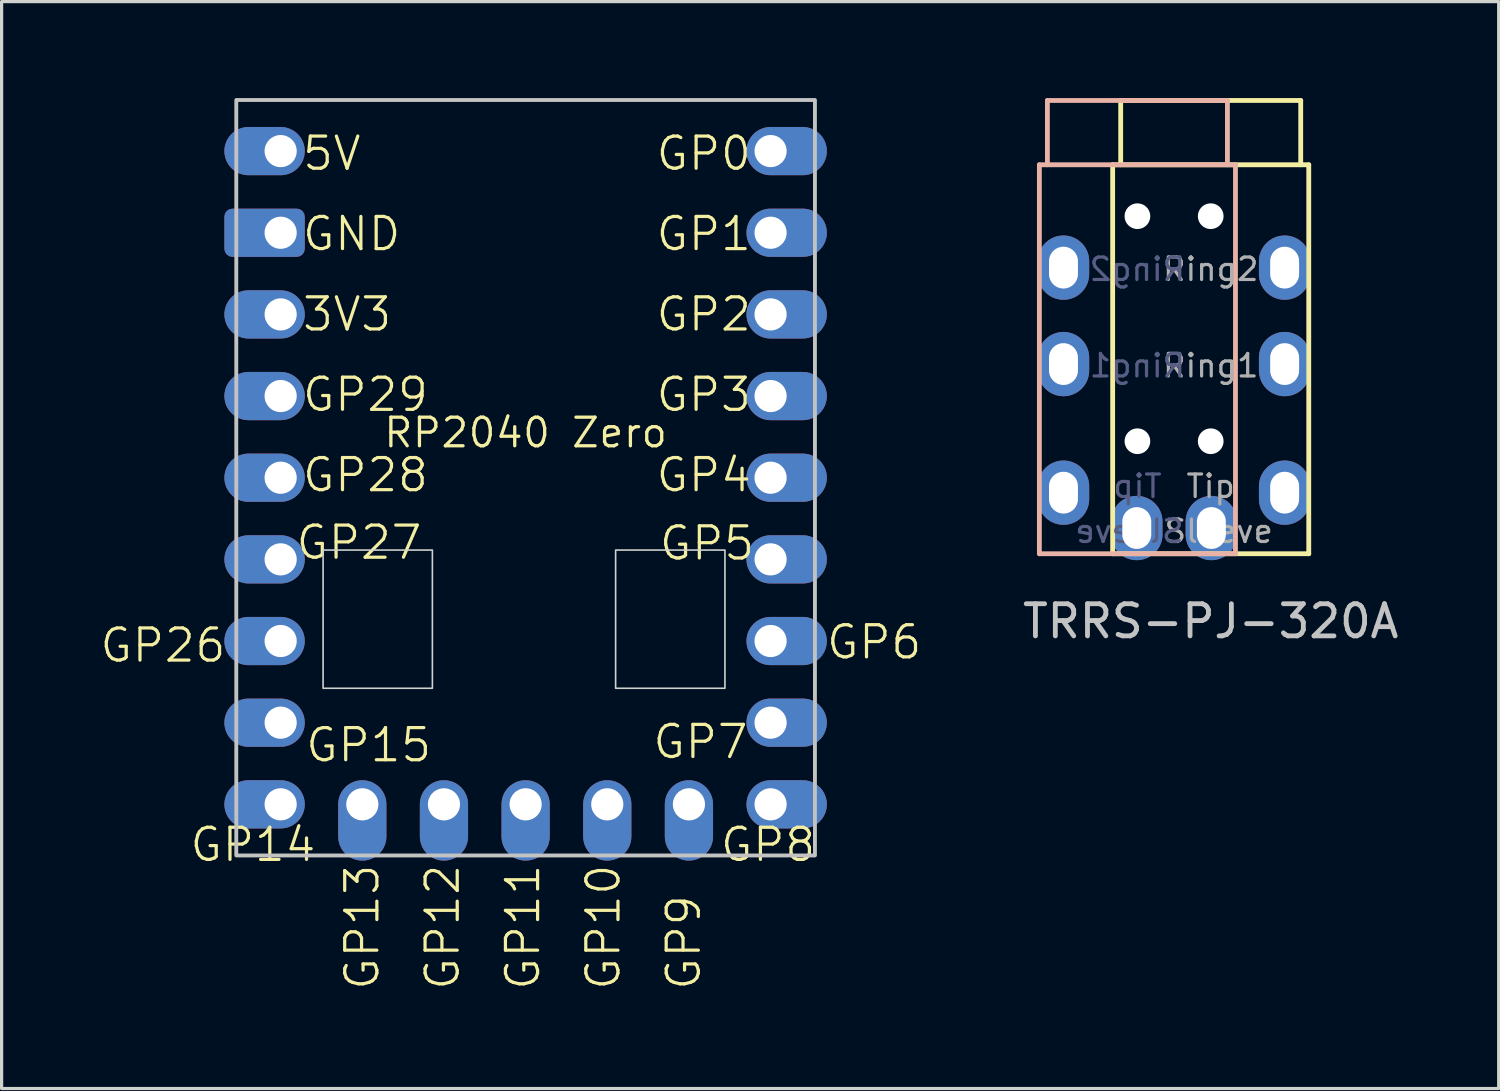
<source format=kicad_pcb>
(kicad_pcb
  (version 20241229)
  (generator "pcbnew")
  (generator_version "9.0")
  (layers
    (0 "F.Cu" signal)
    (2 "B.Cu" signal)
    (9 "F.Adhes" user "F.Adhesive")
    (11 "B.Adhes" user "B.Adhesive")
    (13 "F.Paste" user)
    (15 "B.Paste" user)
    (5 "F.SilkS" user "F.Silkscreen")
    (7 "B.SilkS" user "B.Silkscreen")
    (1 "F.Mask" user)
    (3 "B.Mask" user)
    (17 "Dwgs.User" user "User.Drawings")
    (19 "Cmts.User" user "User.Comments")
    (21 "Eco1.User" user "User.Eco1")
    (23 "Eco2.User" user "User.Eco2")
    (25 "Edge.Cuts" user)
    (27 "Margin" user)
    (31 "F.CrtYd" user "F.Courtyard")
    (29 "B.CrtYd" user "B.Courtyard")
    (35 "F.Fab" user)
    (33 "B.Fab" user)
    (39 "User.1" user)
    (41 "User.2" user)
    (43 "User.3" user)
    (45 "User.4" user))
  (footprint "TRRS-PJ-320A"
    (layer "F.Cu")
    (at 34.611 2.075)
    (property "Reference" "TRRS-PJ-320A" (at 0 14.2 0) (layer "Dwgs.User") (effects (font (size 1 1) (thickness 0.15))))
    (attr through_hole)
    (fp_line (start -3.05 0) (end -3.05 12.1) (stroke (width 0.15) (type solid)) (layer "F.SilkS"))
    (fp_line (start -2.8 0) (end -2.8 -2) (stroke (width 0.15) (type solid)) (layer "F.SilkS"))
    (fp_line (start 2.8 -2) (end -2.8 -2) (stroke (width 0.15) (type solid)) (layer "F.SilkS"))
    (fp_line (start 2.8 0) (end 2.8 -2) (stroke (width 0.15) (type solid)) (layer "F.SilkS"))
    (fp_line (start 3.05 0) (end -3.05 0) (stroke (width 0.15) (type solid)) (layer "F.SilkS"))
    (fp_line (start 3.05 0) (end 3.05 12.1) (stroke (width 0.15) (type solid)) (layer "F.SilkS"))
    (fp_line (start 3.05 12.1) (end -3.05 12.1) (stroke (width 0.15) (type solid)) (layer "F.SilkS"))
    (fp_line (start -5.33 0) (end -5.33 12.1) (stroke (width 0.15) (type solid)) (layer "B.SilkS"))
    (fp_line (start -5.33 0) (end 0.77 0) (stroke (width 0.15) (type solid)) (layer "B.SilkS"))
    (fp_line (start -5.33 12.1) (end 0.77 12.1) (stroke (width 0.15) (type solid)) (layer "B.SilkS"))
    (fp_line (start -5.08 -2) (end 0.52 -2) (stroke (width 0.15) (type solid)) (layer "B.SilkS"))
    (fp_line (start -5.08 0) (end -5.08 -2) (stroke (width 0.15) (type solid)) (layer "B.SilkS"))
    (fp_line (start 0.52 0) (end 0.52 -2) (stroke (width 0.15) (type solid)) (layer "B.SilkS"))
    (fp_line (start 0.77 0) (end 0.77 12.1) (stroke (width 0.15) (type solid)) (layer "B.SilkS"))
    (fp_text user "Tip" (at -2.28 10 0) (layer "B.Fab") (effects (font (size 0.7 0.7) (thickness 0.1)) (justify mirror)))
    (fp_text user "Ring1" (at -2.28 6.25 0) (layer "B.Fab") (effects (font (size 0.7 0.7) (thickness 0.1)) (justify mirror)))
    (fp_text user "Sleeve" (at -2.53 11.4 0) (layer "B.Fab") (effects (font (size 0.7 0.7) (thickness 0.1)) (justify mirror)))
    (fp_text user "Ring2" (at -2.28 3.25 0) (layer "B.Fab") (effects (font (size 0.7 0.7) (thickness 0.1)) (justify mirror)))
    (fp_text user "Ring2" (at 0 3.25 0) (layer "F.Fab") (effects (font (size 0.7 0.7) (thickness 0.1))))
    (fp_text user "Sleeve" (at 0.25 11.4 0) (layer "F.Fab") (effects (font (size 0.7 0.7) (thickness 0.1))))
    (fp_text user "Tip" (at 0 10 0) (layer "F.Fab") (effects (font (size 0.7 0.7) (thickness 0.1))))
    (fp_text user "Ring1" (at 0 6.25 0) (layer "F.Fab") (effects (font (size 0.7 0.7) (thickness 0.1))))
    (pad "" np_thru_hole circle (at -2.28 1.6) (size 0.8 0.8) (drill 0.8) (layers "*.Cu" "*.Mask"))
    (pad "" np_thru_hole circle (at -2.28 8.6) (size 0.8 0.8) (drill 0.8) (layers "*.Cu" "*.Mask"))
    (pad "" np_thru_hole circle (at 0 1.6) (size 0.8 0.8) (drill 0.8) (layers "*.Cu" "*.Mask"))
    (pad "" np_thru_hole circle (at 0 8.6) (size 0.8 0.8) (drill 0.8) (layers "*.Cu" "*.Mask"))
    (pad "R1" thru_hole oval (at -4.58 6.2) (size 1.6 2) (drill oval 0.9 1.3) (layers "*.Cu" "*.Mask"))
    (pad "R1" thru_hole oval (at 2.3 3.2) (size 1.6 2) (drill oval 0.9 1.3) (layers "*.Cu" "*.Mask"))
    (pad "R2" thru_hole oval (at -4.58 3.2) (size 1.6 2) (drill oval 0.9 1.3) (layers "*.Cu" "*.Mask"))
    (pad "R2" thru_hole oval (at 2.3 6.2) (size 1.6 2) (drill oval 0.9 1.3) (layers "*.Cu" "*.Mask"))
    (pad "S" thru_hole oval (at -2.3 11.3) (size 1.6 2) (drill oval 0.9 1.3) (layers "*.Cu" "*.Mask"))
    (pad "S" thru_hole oval (at 0.02 11.3) (size 1.6 2) (drill oval 0.9 1.3) (layers "*.Cu" "*.Mask"))
    (pad "T" thru_hole oval (at -4.58 10.2) (size 1.6 2) (drill oval 0.9 1.3) (layers "*.Cu" "*.Mask"))
    (pad "T" thru_hole oval (at 2.3 10.2) (size 1.6 2) (drill oval 0.9 1.3) (layers "*.Cu" "*.Mask")))
  (footprint "RP2040 Zero"
    (layer "F.Cu")
    (at 13.3 11.81)
    (property "Reference" "RP2040 Zero" (at 0 -1.4 0) (layer "F.SilkS") (effects (font (size 0.889 0.889) (thickness 0.102))))
    (attr through_hole exclude_from_pos_files)
    (fp_rect (start -9 -11.75) (end 9 11.75) (stroke (width 0.12) (type solid)) (fill no) (layer "Dwgs.User"))
    (fp_rect (start -6.3 2.25) (end -2.9 6.55) (stroke (width 0.05) (type default)) (fill no) (layer "Edge.Cuts"))
    (fp_rect (start 2.8 2.25) (end 6.2 6.55) (stroke (width 0.05) (type default)) (fill no) (layer "Edge.Cuts"))
    (fp_text user "GP6" (at 9.3 5.7 0) (unlocked yes) (layer "F.SilkS") (effects (font (size 1 1) (thickness 0.1)) (justify left bottom)))
    (fp_text user "GP28" (at -7 0.5 0) (unlocked yes) (layer "F.SilkS") (effects (font (size 1 1) (thickness 0.1)) (justify left bottom)))
    (fp_text user "GP3" (at 4 -2 0) (unlocked yes) (layer "F.SilkS") (effects (font (size 1 1) (thickness 0.1)) (justify left bottom)))
    (fp_text user "GP12" (at -2 16 90) (unlocked yes) (layer "F.SilkS") (effects (font (size 1 1) (thickness 0.1)) (justify left bottom)))
    (fp_text user "3V3" (at -7 -4.5 0) (unlocked yes) (layer "F.SilkS") (effects (font (size 1 1) (thickness 0.1)) (justify left bottom)))
    (fp_text user "GND" (at -7 -7 0) (unlocked yes) (layer "F.SilkS") (effects (font (size 1 1) (thickness 0.1)) (justify left bottom)))
    (fp_text user "GP8" (at 6 12 0) (unlocked yes) (layer "F.SilkS") (effects (font (size 1 1) (thickness 0.1)) (justify left bottom)))
    (fp_text user "GP5" (at 4.1 2.624 0) (unlocked yes) (layer "F.SilkS") (effects (font (size 1 1) (thickness 0.1)) (justify left bottom)))
    (fp_text user "GP1" (at 4 -7 0) (unlocked yes) (layer "F.SilkS") (effects (font (size 1 1) (thickness 0.1)) (justify left bottom)))
    (fp_text user "GP26" (at -13.3 5.8 0) (unlocked yes) (layer "F.SilkS") (effects (font (size 1 1) (thickness 0.1)) (justify left bottom)))
    (fp_text user "GP0" (at 4 -9.5 0) (unlocked yes) (layer "F.SilkS") (effects (font (size 1 1) (thickness 0.1)) (justify left bottom)))
    (fp_text user "GP15" (at -6.9 8.9 0) (unlocked yes) (layer "F.SilkS") (effects (font (size 1 1) (thickness 0.1)) (justify left bottom)))
    (fp_text user "GP10" (at 3 16 90) (unlocked yes) (layer "F.SilkS") (effects (font (size 1 1) (thickness 0.1)) (justify left bottom)))
    (fp_text user "5V" (at -7 -9.5 0) (unlocked yes) (layer "F.SilkS") (effects (font (size 1 1) (thickness 0.1)) (justify left bottom)))
    (fp_text user "GP29" (at -7 -2 0) (unlocked yes) (layer "F.SilkS") (effects (font (size 1 1) (thickness 0.1)) (justify left bottom)))
    (fp_text user "GP14" (at -10.5 12 0) (unlocked yes) (layer "F.SilkS") (effects (font (size 1 1) (thickness 0.1)) (justify left bottom)))
    (fp_text user "GP11" (at 0.5 16 90) (unlocked yes) (layer "F.SilkS") (effects (font (size 1 1) (thickness 0.1)) (justify left bottom)))
    (fp_text user "GP2" (at 4 -4.5 0) (unlocked yes) (layer "F.SilkS") (effects (font (size 1 1) (thickness 0.1)) (justify left bottom)))
    (fp_text user "GP27" (at -7.2 2.6 0) (unlocked yes) (layer "F.SilkS") (effects (font (size 1 1) (thickness 0.1)) (justify left bottom)))
    (fp_text user "GP4" (at 4 0.5 0) (unlocked yes) (layer "F.SilkS") (effects (font (size 1 1) (thickness 0.1)) (justify left bottom)))
    (fp_text user "GP13" (at -4.5 16 90) (unlocked yes) (layer "F.SilkS") (effects (font (size 1 1) (thickness 0.1)) (justify left bottom)))
    (fp_text user "GP7" (at 3.9 8.8 0) (unlocked yes) (layer "F.SilkS") (effects (font (size 1 1) (thickness 0.1)) (justify left bottom)))
    (fp_text user "GP9" (at 5.5 16 90) (unlocked yes) (layer "F.SilkS") (effects (font (size 1 1) (thickness 0.1)) (justify left bottom)))
    (pad "1" thru_hole oval (at 7.62 -10.16 180) (size 2.5 1.5) (drill 1 (offset -0.5 0)) (layers "*.Cu" "*.Mask"))
    (pad "2" thru_hole oval (at 7.62 -7.62 180) (size 2.5 1.5) (drill 1 (offset -0.5 0)) (layers "*.Cu" "*.Mask"))
    (pad "3" thru_hole oval (at 7.62 -5.08 180) (size 2.5 1.5) (drill 1 (offset -0.5 0)) (layers "*.Cu" "*.Mask"))
    (pad "4" thru_hole oval (at 7.62 -2.54 180) (size 2.5 1.5) (drill 1 (offset -0.5 0)) (layers "*.Cu" "*.Mask"))
    (pad "5" thru_hole oval (at 7.62 0 180) (size 2.5 1.5) (drill 1 (offset -0.5 0)) (layers "*.Cu" "*.Mask"))
    (pad "6" thru_hole oval (at 7.62 2.54 180) (size 2.5 1.5) (drill 1 (offset -0.5 0)) (layers "*.Cu" "*.Mask"))
    (pad "7" thru_hole oval (at 7.62 5.08 180) (size 2.5 1.5) (drill 1 (offset -0.5 0)) (layers "*.Cu" "*.Mask"))
    (pad "8" thru_hole oval (at 7.62 7.62 180) (size 2.5 1.5) (drill 1 (offset -0.5 0)) (layers "*.Cu" "*.Mask"))
    (pad "9" thru_hole oval (at 7.62 10.16 180) (size 2.5 1.5) (drill 1 (offset -0.5 0)) (layers "*.Cu" "*.Mask"))
    (pad "10" thru_hole oval (at 5.08 10.16 90) (size 2.5 1.5) (drill 1 (offset -0.5 0)) (layers "*.Cu" "*.Mask"))
    (pad "11" thru_hole oval (at 2.54 10.16 90) (size 2.5 1.5) (drill 1 (offset -0.5 0)) (layers "*.Cu" "*.Mask"))
    (pad "12" thru_hole oval (at 0 10.16 90) (size 2.5 1.5) (drill 1 (offset -0.5 0)) (layers "*.Cu" "*.Mask"))
    (pad "13" thru_hole oval (at -2.54 10.16 90) (size 2.5 1.5) (drill 1 (offset -0.5 0)) (layers "*.Cu" "*.Mask"))
    (pad "14" thru_hole oval (at -5.08 10.16 90) (size 2.5 1.5) (drill 1 (offset -0.5 0)) (layers "*.Cu" "*.Mask"))
    (pad "15" thru_hole oval (at -7.62 10.16) (size 2.5 1.5) (drill 1 (offset -0.5 0)) (layers "*.Cu" "*.Mask"))
    (pad "16" thru_hole oval (at -7.62 7.62) (size 2.5 1.5) (drill 1 (offset -0.5 0)) (layers "*.Cu" "*.Mask"))
    (pad "17" thru_hole oval (at -7.62 5.08) (size 2.5 1.5) (drill 1 (offset -0.5 0)) (layers "*.Cu" "*.Mask"))
    (pad "18" thru_hole oval (at -7.62 2.54) (size 2.5 1.5) (drill 1 (offset -0.5 0)) (layers "*.Cu" "*.Mask"))
    (pad "19" thru_hole oval (at -7.62 0) (size 2.5 1.5) (drill 1 (offset -0.5 0)) (layers "*.Cu" "*.Mask"))
    (pad "20" thru_hole oval (at -7.62 -2.54) (size 2.5 1.5) (drill 1 (offset -0.5 0)) (layers "*.Cu" "*.Mask"))
    (pad "21" thru_hole oval (at -7.62 -5.08) (size 2.5 1.5) (drill 1 (offset -0.5 0)) (layers "*.Cu" "*.Mask"))
    (pad "22" thru_hole roundrect (at -7.62 -7.62) (size 2.5 1.5) (drill 1 (offset -0.5 0)) (layers "*.Cu" "*.Mask") (roundrect_rratio 0.167))
    (pad "23" thru_hole oval (at -7.62 -10.16) (size 2.5 1.5) (drill 1 (offset -0.5 0)) (layers "*.Cu" "*.Mask")))
  (gr_rect
    (start -3 -3)
    (end 43.569 30.81)
    (stroke (width 0.1) (type default))
    (fill no)
    (layer "Edge.Cuts")))
</source>
